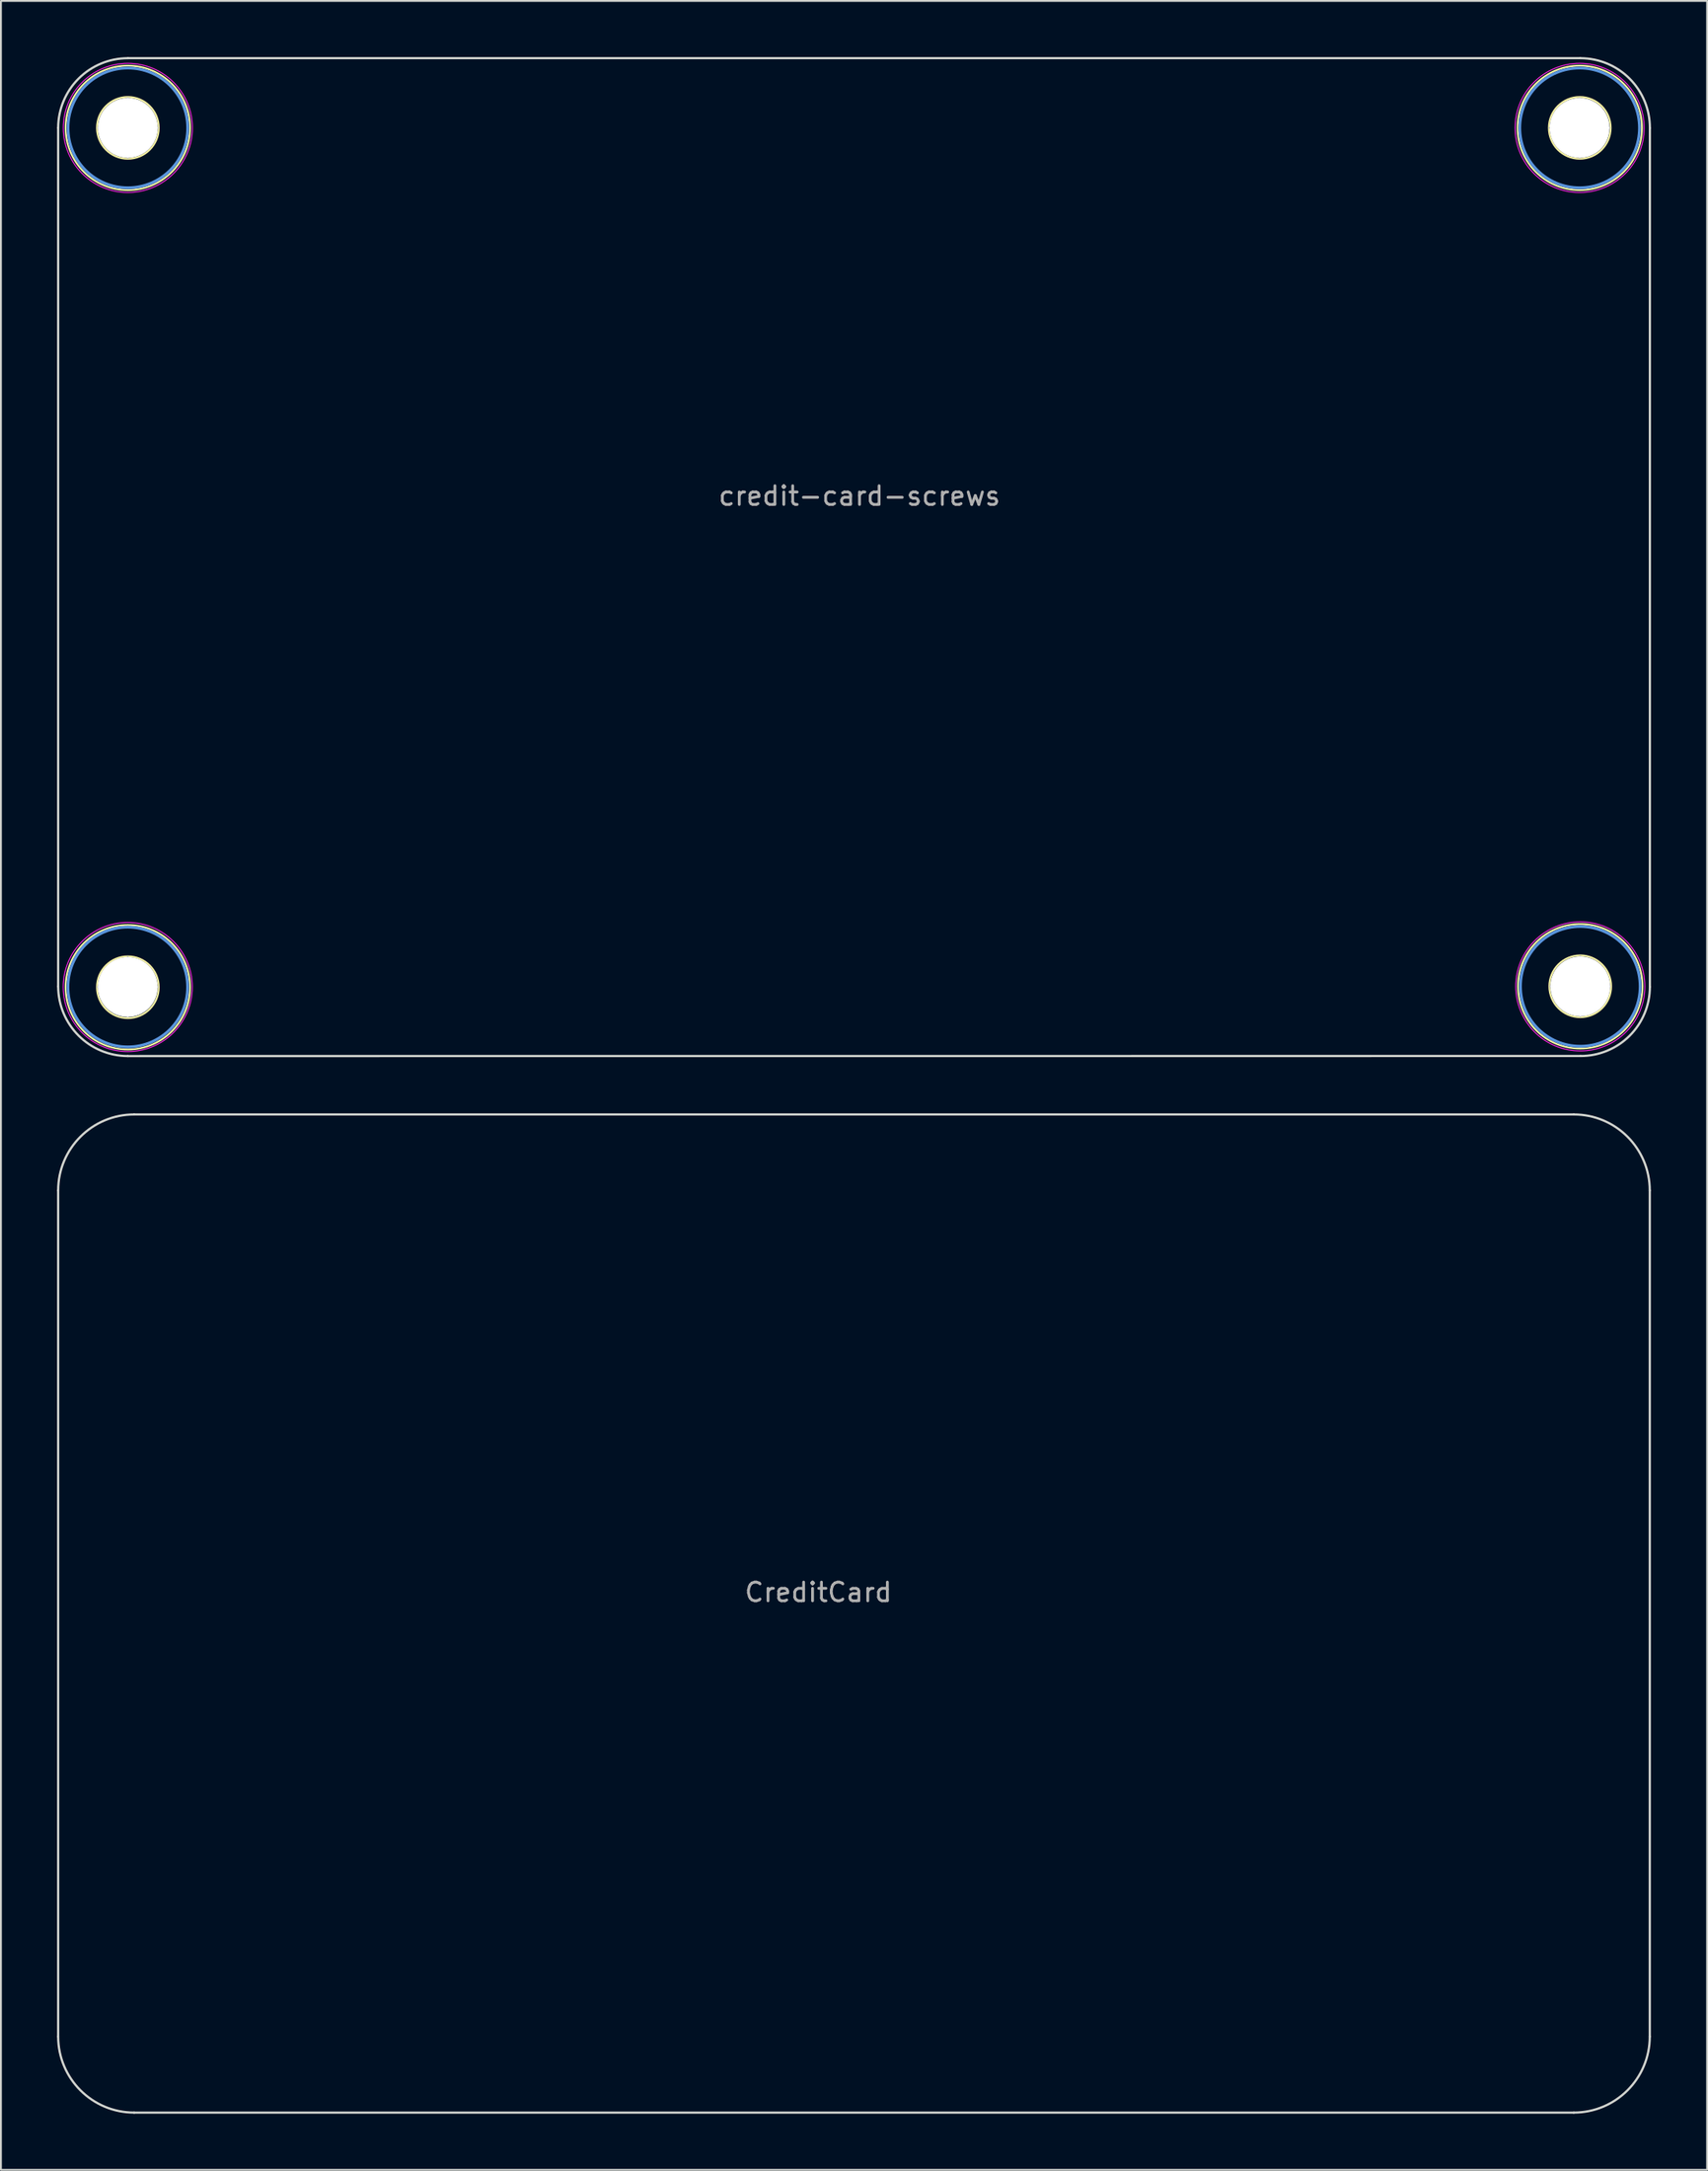
<source format=kicad_pcb>
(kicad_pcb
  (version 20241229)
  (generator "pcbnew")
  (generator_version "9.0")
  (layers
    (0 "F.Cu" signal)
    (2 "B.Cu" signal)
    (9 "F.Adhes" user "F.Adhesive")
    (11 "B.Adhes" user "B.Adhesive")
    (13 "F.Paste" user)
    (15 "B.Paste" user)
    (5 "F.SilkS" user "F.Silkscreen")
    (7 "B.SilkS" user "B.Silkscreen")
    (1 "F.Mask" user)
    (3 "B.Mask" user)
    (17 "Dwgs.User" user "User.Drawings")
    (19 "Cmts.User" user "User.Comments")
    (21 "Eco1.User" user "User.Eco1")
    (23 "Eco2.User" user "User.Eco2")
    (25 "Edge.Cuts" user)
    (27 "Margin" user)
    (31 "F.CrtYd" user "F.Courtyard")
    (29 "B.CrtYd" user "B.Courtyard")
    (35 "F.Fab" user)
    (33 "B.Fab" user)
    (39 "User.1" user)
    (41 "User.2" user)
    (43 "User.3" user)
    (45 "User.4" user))
  (footprint "credit-card-screws"
    (layer "F.Cu")
    (at 42.901 23.952)
    (property "Reference" "credit-card-screws" (at 0 -0.5 0) (unlocked yes) (layer "F.Fab") (effects (font (size 1 1) (thickness 0.15))))
    (attr smd)
    (fp_circle (center -39.116 -20.168) (end -42.443 -20.168) (stroke (width 0.1) (type default)) (fill no) (layer "F.SilkS"))
    (fp_circle (center -39.116 -20.168) (end -39.116 -18.517) (stroke (width 0.1) (type default)) (fill no) (layer "F.SilkS"))
    (fp_circle (center -39.116 25.756) (end -42.443 25.756) (stroke (width 0.1) (type default)) (fill no) (layer "F.SilkS"))
    (fp_circle (center -39.116 25.756) (end -39.116 27.407) (stroke (width 0.1) (type default)) (fill no) (layer "F.SilkS"))
    (fp_circle (center 38.506 -20.168) (end 35.179 -20.168) (stroke (width 0.1) (type default)) (fill no) (layer "F.SilkS"))
    (fp_circle (center 38.506 -20.168) (end 38.506 -18.517) (stroke (width 0.1) (type default)) (fill no) (layer "F.SilkS"))
    (fp_circle (center 38.532 25.705) (end 35.204 25.705) (stroke (width 0.1) (type default)) (fill no) (layer "F.SilkS"))
    (fp_circle (center 38.532 25.705) (end 38.532 27.356) (stroke (width 0.1) (type default)) (fill no) (layer "F.SilkS"))
    (fp_circle (center -39.121 25.743) (end -39.121 22.543) (stroke (width 0.15) (type solid)) (fill no) (layer "Cmts.User"))
    (fp_circle (center -39.116 -20.167) (end -35.916 -20.167) (stroke (width 0.15) (type solid)) (fill no) (layer "Cmts.User"))
    (fp_circle (center 38.499 -20.167) (end 38.499 -16.967) (stroke (width 0.15) (type solid)) (fill no) (layer "Cmts.User"))
    (fp_circle (center 38.535 25.709) (end 35.335 25.709) (stroke (width 0.15) (type solid)) (fill no) (layer "Cmts.User"))
    (fp_line (start -42.841 25.713) (end -42.841 -20.167) (stroke (width 0.12) (type solid)) (layer "Edge.Cuts"))
    (fp_line (start -39.121 29.433) (end 38.549 29.429) (stroke (width 0.12) (type solid)) (layer "Edge.Cuts"))
    (fp_line (start -39.111 -23.892) (end 38.539 -23.892) (stroke (width 0.12) (type solid)) (layer "Edge.Cuts"))
    (fp_line (start 42.254 25.734) (end 42.254 -20.156) (stroke (width 0.12) (type solid)) (layer "Edge.Cuts"))
    (fp_arc (start -42.840611 -20.166584) (mid -41.747815 -22.802324) (end -39.11061 -23.891582) (stroke (width 0.12) (type default)) (layer "Edge.Cuts"))
    (fp_arc (start -39.120621 29.433416) (mid -41.748131 28.340929) (end -42.84061 25.713416) (stroke (width 0.12) (type default)) (layer "Edge.Cuts"))
    (fp_arc (start 38.53939 -23.891641) (mid 41.17376 -22.796077) (end 42.254387 -20.155544) (stroke (width 0.12) (type default)) (layer "Edge.Cuts"))
    (fp_arc (start 42.25439 25.734456) (mid 41.168612 28.350749) (end 38.54939 29.429442) (stroke (width 0.12) (type default)) (layer "Edge.Cuts"))
    (fp_circle (center -39.121 25.743) (end -39.121 22.293) (stroke (width 0.05) (type solid)) (fill no) (layer "F.CrtYd"))
    (fp_circle (center -39.116 -20.167) (end -35.666 -20.167) (stroke (width 0.05) (type solid)) (fill no) (layer "F.CrtYd"))
    (fp_circle (center 38.499 -20.167) (end 38.499 -16.717) (stroke (width 0.05) (type solid)) (fill no) (layer "F.CrtYd"))
    (fp_circle (center 38.535 25.709) (end 35.085 25.709) (stroke (width 0.05) (type solid)) (fill no) (layer "F.CrtYd"))
    (fp_line (start -39.121 25.743) (end -40.721 25.743) (stroke (width 0.1) (type default)) (layer "F.Fab"))
    (fp_line (start -39.121 25.743) (end -39.121 24.143) (stroke (width 0.1) (type default)) (layer "F.Fab"))
    (fp_line (start -39.121 25.743) (end -39.121 27.333) (stroke (width 0.1) (type default)) (layer "F.Fab"))
    (fp_line (start -39.121 25.743) (end -37.521 25.743) (stroke (width 0.1) (type default)) (layer "F.Fab"))
    (fp_line (start -39.116 -20.167) (end -40.706 -20.167) (stroke (width 0.1) (type default)) (layer "F.Fab"))
    (fp_line (start -39.116 -20.167) (end -39.116 -21.767) (stroke (width 0.1) (type default)) (layer "F.Fab"))
    (fp_line (start -39.116 -20.167) (end -39.116 -18.567) (stroke (width 0.1) (type default)) (layer "F.Fab"))
    (fp_line (start -39.116 -20.167) (end -37.516 -20.167) (stroke (width 0.1) (type default)) (layer "F.Fab"))
    (fp_line (start 38.499 -20.167) (end 36.899 -20.167) (stroke (width 0.1) (type default)) (layer "F.Fab"))
    (fp_line (start 38.499 -20.167) (end 38.499 -21.757) (stroke (width 0.1) (type default)) (layer "F.Fab"))
    (fp_line (start 38.499 -20.167) (end 38.499 -18.567) (stroke (width 0.1) (type default)) (layer "F.Fab"))
    (fp_line (start 38.499 -20.167) (end 40.099 -20.167) (stroke (width 0.1) (type default)) (layer "F.Fab"))
    (fp_line (start 38.535 25.709) (end 36.935 25.709) (stroke (width 0.1) (type default)) (layer "F.Fab"))
    (fp_line (start 38.535 25.709) (end 38.535 24.109) (stroke (width 0.1) (type default)) (layer "F.Fab"))
    (fp_line (start 38.535 25.709) (end 38.535 27.309) (stroke (width 0.1) (type default)) (layer "F.Fab"))
    (fp_line (start 38.535 25.709) (end 40.125 25.709) (stroke (width 0.1) (type default)) (layer "F.Fab"))
    (pad "" np_thru_hole circle (at -39.121 25.743 90) (size 3.2 3.2) (drill 3.2) (layers "*.Cu" "*.Mask"))
    (pad "" np_thru_hole circle (at -39.116 -20.167) (size 3.2 3.2) (drill 3.2) (layers "*.Cu" "*.Mask"))
    (pad "" np_thru_hole circle (at 38.499 -20.167 270) (size 3.2 3.2) (drill 3.2) (layers "*.Cu" "*.Mask"))
    (pad "" np_thru_hole circle (at 38.535 25.709 180) (size 3.2 3.2) (drill 3.2) (layers "*.Cu" "*.Mask")))
  (footprint "CreditCard"
    (layer "F.Cu")
    (at 40.7 82.54)
    (property "Reference" "CreditCard" (at 0 -0.5 0) (unlocked yes) (layer "F.Fab") (effects (font (size 1 1) (thickness 0.15))))
    (attr smd)
    (fp_line (start -40.64 23.241) (end -40.64 -21.971) (stroke (width 0.12) (type solid)) (layer "Edge.Cuts"))
    (fp_line (start -36.576 -26.035) (end 40.386 -26.035) (stroke (width 0.12) (type solid)) (layer "Edge.Cuts"))
    (fp_line (start -36.576 27.305) (end 40.386 27.305) (stroke (width 0.12) (type solid)) (layer "Edge.Cuts"))
    (fp_line (start 44.45 23.241) (end 44.45 -21.971) (stroke (width 0.12) (type solid)) (layer "Edge.Cuts"))
    (fp_arc (start -40.640003 -21.971003) (mid -39.449684 -24.844684) (end -36.576003 -26.035003) (stroke (width 0.12) (type default)) (layer "Edge.Cuts"))
    (fp_arc (start -36.576003 27.305003) (mid -39.449684 26.114684) (end -40.640003 23.241003) (stroke (width 0.12) (type default)) (layer "Edge.Cuts"))
    (fp_arc (start 40.386 -26.034998) (mid 43.259681 -24.84468) (end 44.45 -21.970998) (stroke (width 0.12) (type default)) (layer "Edge.Cuts"))
    (fp_arc (start 44.450002 23.241002) (mid 43.259683 26.114683) (end 40.386002 27.305002) (stroke (width 0.12) (type default)) (layer "Edge.Cuts")))
  (gr_rect
    (start -3 -3)
    (end 88.215 112.905)
    (stroke (width 0.1) (type default))
    (fill no)
    (layer "Edge.Cuts")))
</source>
